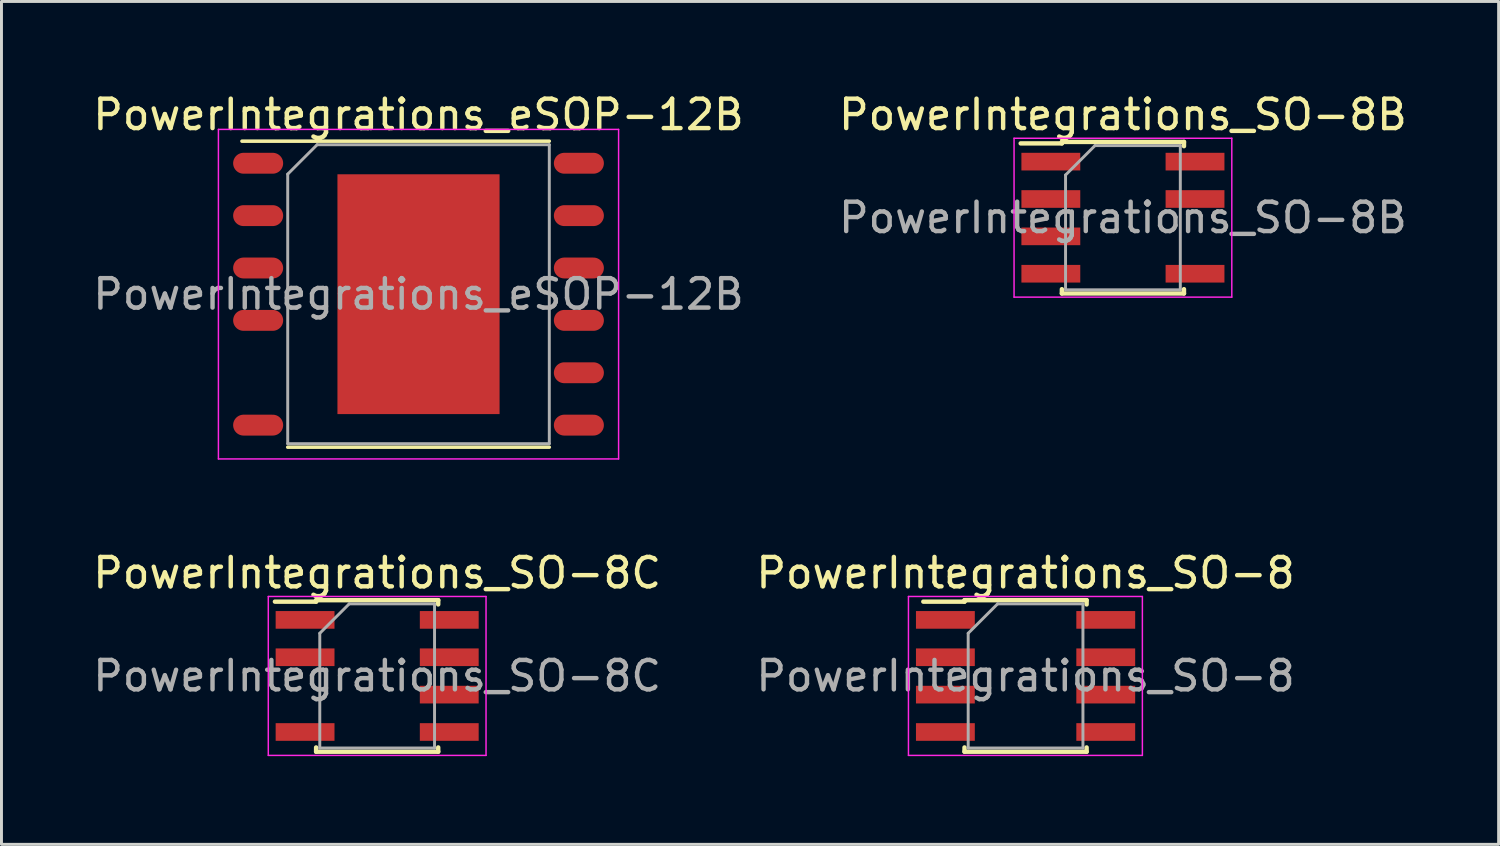
<source format=kicad_pcb>
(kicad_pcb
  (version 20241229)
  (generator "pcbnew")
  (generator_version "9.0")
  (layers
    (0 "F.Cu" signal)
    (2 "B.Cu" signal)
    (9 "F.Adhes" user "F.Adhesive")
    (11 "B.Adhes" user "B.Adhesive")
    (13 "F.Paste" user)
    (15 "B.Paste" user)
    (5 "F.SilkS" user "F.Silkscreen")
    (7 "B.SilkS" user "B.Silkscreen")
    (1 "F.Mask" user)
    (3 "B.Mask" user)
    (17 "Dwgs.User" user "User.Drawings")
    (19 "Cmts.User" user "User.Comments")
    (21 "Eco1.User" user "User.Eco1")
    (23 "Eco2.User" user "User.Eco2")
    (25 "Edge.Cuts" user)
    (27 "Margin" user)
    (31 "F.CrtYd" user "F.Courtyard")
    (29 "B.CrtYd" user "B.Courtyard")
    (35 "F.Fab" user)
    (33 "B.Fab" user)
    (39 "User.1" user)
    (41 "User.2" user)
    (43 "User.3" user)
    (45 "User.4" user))
  (footprint "PowerIntegrations_SO-8"
    (layer "F.Cu")
    (at 31.804 19.922)
    (property "Reference" "PowerIntegrations_SO-8" (at 0 -3.5 0) (layer "F.SilkS") (effects (font (size 1 1) (thickness 0.15))))
    (attr smd)
    (fp_line (start -2.075 -2.575) (end -2.075 -2.525) (stroke (width 0.15) (type solid)) (layer "F.SilkS"))
    (fp_line (start -2.075 -2.575) (end 2.075 -2.575) (stroke (width 0.15) (type solid)) (layer "F.SilkS"))
    (fp_line (start -2.075 -2.525) (end -3.475 -2.525) (stroke (width 0.15) (type solid)) (layer "F.SilkS"))
    (fp_line (start -2.075 2.575) (end -2.075 2.43) (stroke (width 0.15) (type solid)) (layer "F.SilkS"))
    (fp_line (start -2.075 2.575) (end 2.075 2.575) (stroke (width 0.15) (type solid)) (layer "F.SilkS"))
    (fp_line (start 2.075 -2.575) (end 2.075 -2.43) (stroke (width 0.15) (type solid)) (layer "F.SilkS"))
    (fp_line (start 2.075 2.575) (end 2.075 2.43) (stroke (width 0.15) (type solid)) (layer "F.SilkS"))
    (fp_line (start -3.98 -2.7) (end -3.98 2.7) (stroke (width 0.05) (type solid)) (layer "F.CrtYd"))
    (fp_line (start -3.98 -2.7) (end 3.97 -2.7) (stroke (width 0.05) (type solid)) (layer "F.CrtYd"))
    (fp_line (start 3.97 2.7) (end -3.98 2.7) (stroke (width 0.05) (type solid)) (layer "F.CrtYd"))
    (fp_line (start 3.97 2.7) (end 3.97 -2.7) (stroke (width 0.05) (type solid)) (layer "F.CrtYd"))
    (fp_line (start -1.95 -1.45) (end -0.95 -2.45) (stroke (width 0.1) (type solid)) (layer "F.Fab"))
    (fp_line (start -1.95 2.45) (end -1.95 -1.45) (stroke (width 0.1) (type solid)) (layer "F.Fab"))
    (fp_line (start -0.95 -2.45) (end 1.95 -2.45) (stroke (width 0.1) (type solid)) (layer "F.Fab"))
    (fp_line (start 1.95 -2.45) (end 1.95 2.45) (stroke (width 0.1) (type solid)) (layer "F.Fab"))
    (fp_line (start 1.95 2.45) (end -1.95 2.45) (stroke (width 0.1) (type solid)) (layer "F.Fab"))
    (fp_text user "${REFERENCE}" (at 0 0 0) (layer "F.Fab") (effects (font (size 1 1) (thickness 0.15))))
    (pad "1" smd rect (at -2.725 -1.905) (size 2 0.6) (layers "F.Cu" "F.Mask" "F.Paste"))
    (pad "2" smd rect (at -2.725 -0.635) (size 2 0.6) (layers "F.Cu" "F.Mask" "F.Paste"))
    (pad "3" smd rect (at -2.725 0.635) (size 2 0.6) (layers "F.Cu" "F.Mask" "F.Paste"))
    (pad "4" smd rect (at -2.725 1.905) (size 2 0.6) (layers "F.Cu" "F.Mask" "F.Paste"))
    (pad "5" smd rect (at 2.725 1.905) (size 2 0.6) (layers "F.Cu" "F.Mask" "F.Paste"))
    (pad "6" smd rect (at 2.725 0.635) (size 2 0.6) (layers "F.Cu" "F.Mask" "F.Paste"))
    (pad "7" smd rect (at 2.725 -0.635) (size 2 0.6) (layers "F.Cu" "F.Mask" "F.Paste"))
    (pad "8" smd rect (at 2.725 -1.905) (size 2 0.6) (layers "F.Cu" "F.Mask" "F.Paste")))
  (footprint "PowerIntegrations_SO-8B"
    (layer "F.Cu")
    (at 35.113 4.348)
    (property "Reference" "PowerIntegrations_SO-8B" (at 0 -3.5 0) (layer "F.SilkS") (effects (font (size 1 1) (thickness 0.15))))
    (attr smd)
    (fp_line (start -2.075 -2.575) (end -2.075 -2.525) (stroke (width 0.15) (type solid)) (layer "F.SilkS"))
    (fp_line (start -2.075 -2.575) (end 2.075 -2.575) (stroke (width 0.15) (type solid)) (layer "F.SilkS"))
    (fp_line (start -2.075 -2.525) (end -3.475 -2.525) (stroke (width 0.15) (type solid)) (layer "F.SilkS"))
    (fp_line (start -2.075 2.575) (end -2.075 2.43) (stroke (width 0.15) (type solid)) (layer "F.SilkS"))
    (fp_line (start -2.075 2.575) (end 2.075 2.575) (stroke (width 0.15) (type solid)) (layer "F.SilkS"))
    (fp_line (start 2.075 -2.575) (end 2.075 -2.43) (stroke (width 0.15) (type solid)) (layer "F.SilkS"))
    (fp_line (start 2.075 2.575) (end 2.075 2.43) (stroke (width 0.15) (type solid)) (layer "F.SilkS"))
    (fp_line (start -3.7 -2.7) (end -3.7 2.7) (stroke (width 0.05) (type solid)) (layer "F.CrtYd"))
    (fp_line (start -3.7 -2.7) (end 3.7 -2.7) (stroke (width 0.05) (type solid)) (layer "F.CrtYd"))
    (fp_line (start 3.7 2.7) (end -3.7 2.7) (stroke (width 0.05) (type solid)) (layer "F.CrtYd"))
    (fp_line (start 3.7 2.7) (end 3.7 -2.7) (stroke (width 0.05) (type solid)) (layer "F.CrtYd"))
    (fp_line (start -1.95 -1.45) (end -0.95 -2.45) (stroke (width 0.1) (type solid)) (layer "F.Fab"))
    (fp_line (start -1.95 2.45) (end -1.95 -1.45) (stroke (width 0.1) (type solid)) (layer "F.Fab"))
    (fp_line (start -0.95 -2.45) (end 1.95 -2.45) (stroke (width 0.1) (type solid)) (layer "F.Fab"))
    (fp_line (start 1.95 -2.45) (end 1.95 2.45) (stroke (width 0.1) (type solid)) (layer "F.Fab"))
    (fp_line (start 1.95 2.45) (end -1.95 2.45) (stroke (width 0.1) (type solid)) (layer "F.Fab"))
    (fp_text user "${REFERENCE}" (at 0 0 0) (layer "F.Fab") (effects (font (size 1 1) (thickness 0.15))))
    (pad "1" smd rect (at -2.45 -1.905) (size 2 0.6) (layers "F.Cu" "F.Mask" "F.Paste"))
    (pad "2" smd rect (at -2.45 -0.635) (size 2 0.6) (layers "F.Cu" "F.Mask" "F.Paste"))
    (pad "3" smd rect (at -2.45 0.635) (size 2 0.6) (layers "F.Cu" "F.Mask" "F.Paste"))
    (pad "4" smd rect (at -2.45 1.905) (size 2 0.6) (layers "F.Cu" "F.Mask" "F.Paste"))
    (pad "5" smd rect (at 2.45 1.905) (size 2 0.6) (layers "F.Cu" "F.Mask" "F.Paste"))
    (pad "7" smd rect (at 2.45 -0.635) (size 2 0.6) (layers "F.Cu" "F.Mask" "F.Paste"))
    (pad "8" smd rect (at 2.45 -1.905) (size 2 0.6) (layers "F.Cu" "F.Mask" "F.Paste")))
  (footprint "PowerIntegrations_SO-8C"
    (layer "F.Cu")
    (at 9.768 19.922)
    (property "Reference" "PowerIntegrations_SO-8C" (at 0 -3.5 0) (layer "F.SilkS") (effects (font (size 1 1) (thickness 0.15))))
    (attr smd)
    (fp_line (start -2.075 -2.575) (end -2.075 -2.525) (stroke (width 0.15) (type solid)) (layer "F.SilkS"))
    (fp_line (start -2.075 -2.575) (end 2.075 -2.575) (stroke (width 0.15) (type solid)) (layer "F.SilkS"))
    (fp_line (start -2.075 -2.525) (end -3.475 -2.525) (stroke (width 0.15) (type solid)) (layer "F.SilkS"))
    (fp_line (start -2.075 2.575) (end -2.075 2.43) (stroke (width 0.15) (type solid)) (layer "F.SilkS"))
    (fp_line (start -2.075 2.575) (end 2.075 2.575) (stroke (width 0.15) (type solid)) (layer "F.SilkS"))
    (fp_line (start 2.075 -2.575) (end 2.075 -2.43) (stroke (width 0.15) (type solid)) (layer "F.SilkS"))
    (fp_line (start 2.075 2.575) (end 2.075 2.43) (stroke (width 0.15) (type solid)) (layer "F.SilkS"))
    (fp_line (start -3.7 -2.7) (end -3.7 2.7) (stroke (width 0.05) (type solid)) (layer "F.CrtYd"))
    (fp_line (start -3.7 -2.7) (end 3.7 -2.7) (stroke (width 0.05) (type solid)) (layer "F.CrtYd"))
    (fp_line (start 3.7 2.7) (end -3.7 2.7) (stroke (width 0.05) (type solid)) (layer "F.CrtYd"))
    (fp_line (start 3.7 2.7) (end 3.7 -2.7) (stroke (width 0.05) (type solid)) (layer "F.CrtYd"))
    (fp_line (start -1.95 -1.45) (end -0.95 -2.45) (stroke (width 0.1) (type solid)) (layer "F.Fab"))
    (fp_line (start -1.95 2.45) (end -1.95 -1.45) (stroke (width 0.1) (type solid)) (layer "F.Fab"))
    (fp_line (start -0.95 -2.45) (end 1.95 -2.45) (stroke (width 0.1) (type solid)) (layer "F.Fab"))
    (fp_line (start 1.95 -2.45) (end 1.95 2.45) (stroke (width 0.1) (type solid)) (layer "F.Fab"))
    (fp_line (start 1.95 2.45) (end -1.95 2.45) (stroke (width 0.1) (type solid)) (layer "F.Fab"))
    (fp_text user "${REFERENCE}" (at 0 0 0) (layer "F.Fab") (effects (font (size 1 1) (thickness 0.15))))
    (pad "1" smd rect (at -2.45 -1.905) (size 2 0.6) (layers "F.Cu" "F.Mask" "F.Paste"))
    (pad "2" smd rect (at -2.45 -0.635) (size 2 0.6) (layers "F.Cu" "F.Mask" "F.Paste"))
    (pad "4" smd rect (at -2.45 1.905) (size 2 0.6) (layers "F.Cu" "F.Mask" "F.Paste"))
    (pad "5" smd rect (at 2.45 1.905) (size 2 0.6) (layers "F.Cu" "F.Mask" "F.Paste"))
    (pad "6" smd rect (at 2.45 0.635) (size 2 0.6) (layers "F.Cu" "F.Mask" "F.Paste"))
    (pad "7" smd rect (at 2.45 -0.635) (size 2 0.6) (layers "F.Cu" "F.Mask" "F.Paste"))
    (pad "8" smd rect (at 2.45 -1.905) (size 2 0.6) (layers "F.Cu" "F.Mask" "F.Paste")))
  (footprint "PowerIntegrations_eSOP-12B"
    (layer "F.Cu")
    (at 11.173 6.948)
    (property "Reference" "PowerIntegrations_eSOP-12B" (at 0 -6.1 0) (layer "F.SilkS") (effects (font (size 1 1) (thickness 0.15))))
    (attr smd)
    (fp_line (start -4.445 5.2) (end 4.445 5.2) (stroke (width 0.12) (type solid)) (layer "F.SilkS"))
    (fp_line (start 4.445 -5.2) (end -6 -5.2) (stroke (width 0.12) (type solid)) (layer "F.SilkS"))
    (fp_line (start -6.8 -5.6) (end 6.8 -5.6) (stroke (width 0.05) (type solid)) (layer "F.CrtYd"))
    (fp_line (start -6.8 5.6) (end -6.8 -5.6) (stroke (width 0.05) (type solid)) (layer "F.CrtYd"))
    (fp_line (start 6.8 -5.6) (end 6.8 5.6) (stroke (width 0.05) (type solid)) (layer "F.CrtYd"))
    (fp_line (start 6.8 5.6) (end -6.8 5.6) (stroke (width 0.05) (type solid)) (layer "F.CrtYd"))
    (fp_line (start -4.445 -4.08) (end -4.445 5.08) (stroke (width 0.1) (type solid)) (layer "F.Fab"))
    (fp_line (start -4.445 -4.08) (end -3.445 -5.08) (stroke (width 0.1) (type solid)) (layer "F.Fab"))
    (fp_line (start -4.445 5.08) (end 4.445 5.08) (stroke (width 0.1) (type solid)) (layer "F.Fab"))
    (fp_line (start 4.445 -5.08) (end -3.445 -5.08) (stroke (width 0.1) (type solid)) (layer "F.Fab"))
    (fp_line (start 4.445 5.08) (end 4.445 -5.08) (stroke (width 0.1) (type solid)) (layer "F.Fab"))
    (fp_text user "${REFERENCE}" (at 0 0 0) (layer "F.Fab") (effects (font (size 1 1) (thickness 0.15))))
    (pad "1" smd oval (at -5.45 -4.45 270) (size 0.71 1.7) (layers "F.Cu" "F.Mask" "F.Paste"))
    (pad "2" smd oval (at -5.45 -2.67 270) (size 0.71 1.7) (layers "F.Cu" "F.Mask" "F.Paste"))
    (pad "3" smd oval (at -5.45 -0.89 270) (size 0.71 1.7) (layers "F.Cu" "F.Mask" "F.Paste"))
    (pad "4" smd oval (at -5.45 0.89 270) (size 0.71 1.7) (layers "F.Cu" "F.Mask" "F.Paste"))
    (pad "6" smd oval (at -5.45 4.45 270) (size 0.71 1.7) (layers "F.Cu" "F.Mask" "F.Paste"))
    (pad "7" smd oval (at 5.45 4.45 270) (size 0.71 1.7) (layers "F.Cu" "F.Mask" "F.Paste"))
    (pad "8" smd oval (at 5.45 2.67 270) (size 0.71 1.7) (layers "F.Cu" "F.Mask" "F.Paste"))
    (pad "9" smd oval (at 5.45 0.89 270) (size 0.71 1.7) (layers "F.Cu" "F.Mask" "F.Paste"))
    (pad "10" smd oval (at 5.45 -0.89 270) (size 0.71 1.7) (layers "F.Cu" "F.Mask" "F.Paste"))
    (pad "11" smd oval (at 5.45 -2.67 270) (size 0.71 1.7) (layers "F.Cu" "F.Mask" "F.Paste"))
    (pad "12" smd oval (at 5.45 -4.45 270) (size 0.71 1.7) (layers "F.Cu" "F.Mask" "F.Paste"))
    (pad "13" smd rect (at 0 0 270) (size 8.15 5.51) (layers "F.Cu" "F.Mask" "F.Paste")))
  (gr_rect
    (start -3 -3)
    (end 47.881 25.646)
    (stroke (width 0.1) (type default))
    (fill no)
    (layer "Edge.Cuts")))
</source>
